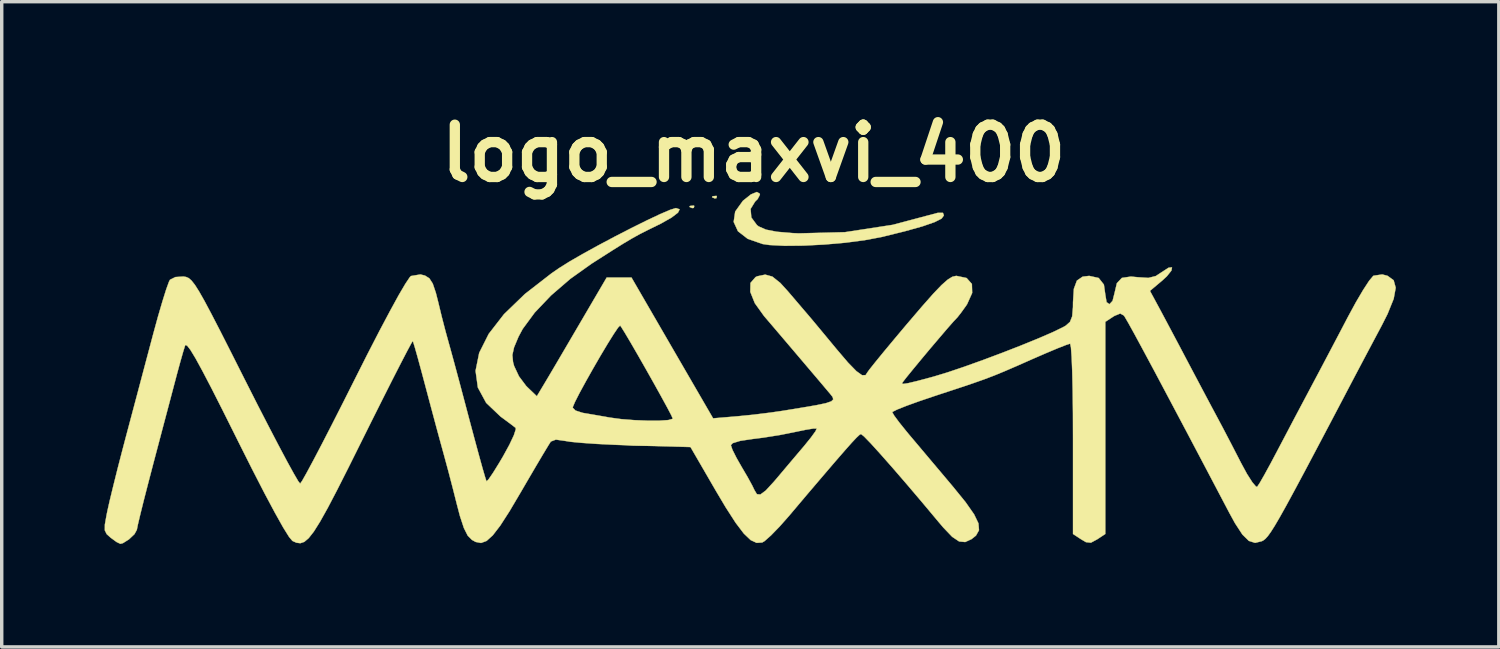
<source format=kicad_pcb>
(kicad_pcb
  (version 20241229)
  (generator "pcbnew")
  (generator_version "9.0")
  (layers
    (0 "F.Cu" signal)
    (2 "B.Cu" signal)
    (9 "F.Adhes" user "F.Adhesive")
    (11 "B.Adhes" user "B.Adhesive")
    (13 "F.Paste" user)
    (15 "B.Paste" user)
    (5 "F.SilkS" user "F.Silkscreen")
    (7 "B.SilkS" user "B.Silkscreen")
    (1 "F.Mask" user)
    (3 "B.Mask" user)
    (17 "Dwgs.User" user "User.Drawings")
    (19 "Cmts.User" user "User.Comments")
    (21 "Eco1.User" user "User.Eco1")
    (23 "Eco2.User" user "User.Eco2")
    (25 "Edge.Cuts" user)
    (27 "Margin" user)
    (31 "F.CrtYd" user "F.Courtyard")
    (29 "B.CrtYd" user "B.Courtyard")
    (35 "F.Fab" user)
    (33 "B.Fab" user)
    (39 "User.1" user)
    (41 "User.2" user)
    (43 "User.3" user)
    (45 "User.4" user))
  (footprint "logo_maxvi_400"
    (layer "F.Cu")
    (at 18.813 7.718)
    (property "Reference" "logo_maxvi_400" (at 0.1 -6.3 0) (layer "F.SilkS") (effects (font (size 1.524 1.524) (thickness 0.3))))
    (attr through_hole)
    (fp_poly (pts (xy -1.631 -4.766) (xy -1.644 -4.71) (xy -1.693 -4.704) (xy -1.771 -4.738) (xy -1.756 -4.766) (xy -1.644 -4.778) (xy -1.631 -4.766)) (stroke (width 0.01) (type solid)) (fill yes) (layer "F.SilkS"))
    (fp_poly (pts (xy -0.972 -5.049) (xy -0.985 -4.993) (xy -1.035 -4.986) (xy -1.112 -5.02) (xy -1.098 -5.049) (xy -0.986 -5.06) (xy -0.972 -5.049)) (stroke (width 0.01) (type solid)) (fill yes) (layer "F.SilkS"))
    (fp_poly (pts (xy 0.279 -5.123) (xy 0.282 -5.092) (xy 0.218 -4.969) (xy 0.141 -4.892) (xy 0.011 -4.68) (xy 0.032 -4.431) (xy 0.197 -4.207) (xy 0.25 -4.168) (xy 0.459 -4.076) (xy 0.776 -4.014) (xy 1.237 -3.975) (xy 1.414 -3.967) (xy 2.761 -4.002) (xy 4.154 -4.216) (xy 5.465 -4.565) (xy 5.616 -4.565) (xy 5.644 -4.492) (xy 5.579 -4.4) (xy 5.376 -4.296) (xy 5.022 -4.173) (xy 4.507 -4.029) (xy 3.818 -3.859) (xy 3.81 -3.858) (xy 3.333 -3.768) (xy 2.765 -3.694) (xy 2.153 -3.641) (xy 1.549 -3.61) (xy 1 -3.605) (xy 0.558 -3.628) (xy 0.361 -3.657) (xy -0.073 -3.808) (xy -0.357 -4.029) (xy -0.482 -4.301) (xy -0.438 -4.602) (xy -0.216 -4.912) (xy -0.207 -4.921) (xy 0.02 -5.102) (xy 0.193 -5.173) (xy 0.279 -5.123)) (stroke (width 0.01) (type solid)) (fill yes) (layer "F.SilkS"))
    (fp_poly (pts (xy -2.057 -4.668) (xy -2.105 -4.571) (xy -2.294 -4.427) (xy -2.607 -4.25) (xy -2.705 -4.202) (xy -2.983 -4.066) (xy -3.215 -3.948) (xy -3.439 -3.824) (xy -3.692 -3.674) (xy -4.014 -3.473) (xy -4.442 -3.2) (xy -4.622 -3.085) (xy -5.242 -2.643) (xy -5.806 -2.157) (xy -6.28 -1.659) (xy -6.631 -1.182) (xy -6.753 -0.955) (xy -6.883 -0.644) (xy -6.932 -0.423) (xy -6.912 -0.217) (xy -6.881 -0.103) (xy -6.74 0.198) (xy -6.529 0.48) (xy -6.498 0.511) (xy -6.218 0.779) (xy -6.002 0.418) (xy -5.881 0.215) (xy -5.686 -0.115) (xy -5.44 -0.534) (xy -5.164 -1.005) (xy -4.984 -1.312) (xy -4.182 -2.681) (xy -3.461 -2.681) (xy -2.272 -0.629) (xy -1.082 1.423) (xy -0.376 1.364) (xy 0.086 1.318) (xy 0.58 1.257) (xy 0.941 1.205) (xy 1.52 1.11) (xy 1.935 1.039) (xy 2.209 0.981) (xy 2.363 0.928) (xy 2.42 0.871) (xy 2.401 0.8) (xy 2.327 0.706) (xy 2.274 0.644) (xy 2.016 0.338) (xy 1.682 -0.055) (xy 1.313 -0.49) (xy 0.948 -0.919) (xy 0.627 -1.296) (xy 0.402 -1.559) (xy 0.134 -1.933) (xy 0.002 -2.262) (xy 0.008 -2.523) (xy 0.157 -2.694) (xy 0.208 -2.717) (xy 0.437 -2.765) (xy 0.646 -2.707) (xy 0.876 -2.523) (xy 1.094 -2.284) (xy 1.335 -2.002) (xy 1.561 -1.737) (xy 1.67 -1.61) (xy 1.819 -1.434) (xy 2.051 -1.155) (xy 2.329 -0.82) (xy 2.516 -0.594) (xy 2.852 -0.2) (xy 3.095 0.049) (xy 3.26 0.167) (xy 3.363 0.164) (xy 3.402 0.102) (xy 3.47 0.006) (xy 3.641 -0.209) (xy 3.895 -0.52) (xy 4.213 -0.902) (xy 4.575 -1.333) (xy 4.595 -1.356) (xy 5.015 -1.847) (xy 5.335 -2.209) (xy 5.575 -2.46) (xy 5.754 -2.618) (xy 5.889 -2.702) (xy 6 -2.728) (xy 6.011 -2.728) (xy 6.306 -2.666) (xy 6.46 -2.493) (xy 6.468 -2.231) (xy 6.321 -1.904) (xy 6.284 -1.849) (xy 6.137 -1.645) (xy 6.036 -1.517) (xy 6.024 -1.505) (xy 5.925 -1.4) (xy 5.742 -1.192) (xy 5.504 -0.913) (xy 5.236 -0.598) (xy 4.968 -0.277) (xy 4.727 0.015) (xy 4.54 0.245) (xy 4.435 0.382) (xy 4.421 0.404) (xy 4.462 0.42) (xy 4.6 0.399) (xy 4.861 0.337) (xy 5.273 0.227) (xy 5.362 0.202) (xy 5.751 0.084) (xy 6.237 -0.08) (xy 6.783 -0.276) (xy 7.351 -0.489) (xy 7.905 -0.705) (xy 8.409 -0.911) (xy 8.824 -1.091) (xy 9.115 -1.232) (xy 9.196 -1.278) (xy 9.319 -1.388) (xy 9.383 -1.549) (xy 9.406 -1.818) (xy 9.407 -1.959) (xy 9.432 -2.351) (xy 9.52 -2.59) (xy 9.687 -2.705) (xy 9.878 -2.728) (xy 10.155 -2.667) (xy 10.307 -2.474) (xy 10.348 -2.184) (xy 10.385 -1.962) (xy 10.469 -1.903) (xy 10.56 -2) (xy 10.615 -2.218) (xy 10.685 -2.514) (xy 10.831 -2.669) (xy 11.092 -2.708) (xy 11.294 -2.689) (xy 11.602 -2.669) (xy 11.819 -2.723) (xy 11.985 -2.832) (xy 12.194 -2.967) (xy 12.292 -2.976) (xy 12.275 -2.883) (xy 12.14 -2.715) (xy 12.01 -2.595) (xy 11.649 -2.291) (xy 11.925 -1.781) (xy 12.081 -1.489) (xy 12.295 -1.086) (xy 12.537 -0.63) (xy 12.745 -0.235) (xy 12.991 0.23) (xy 13.239 0.698) (xy 13.457 1.108) (xy 13.594 1.364) (xy 13.784 1.721) (xy 14.015 2.163) (xy 14.245 2.609) (xy 14.298 2.713) (xy 14.477 3.043) (xy 14.633 3.287) (xy 14.741 3.413) (xy 14.774 3.418) (xy 14.848 3.307) (xy 14.986 3.066) (xy 15.167 2.735) (xy 15.32 2.446) (xy 15.573 1.966) (xy 15.868 1.405) (xy 16.162 0.851) (xy 16.314 0.564) (xy 16.579 0.065) (xy 16.888 -0.521) (xy 17.199 -1.112) (xy 17.42 -1.534) (xy 17.648 -1.954) (xy 17.861 -2.316) (xy 18.036 -2.584) (xy 18.153 -2.724) (xy 18.166 -2.733) (xy 18.418 -2.77) (xy 18.573 -2.73) (xy 18.751 -2.601) (xy 18.811 -2.383) (xy 18.752 -2.06) (xy 18.573 -1.618) (xy 18.405 -1.286) (xy 18.187 -0.876) (xy 17.919 -0.371) (xy 17.641 0.155) (xy 17.451 0.517) (xy 16.942 1.486) (xy 16.512 2.301) (xy 16.154 2.977) (xy 15.86 3.526) (xy 15.623 3.963) (xy 15.434 4.301) (xy 15.286 4.554) (xy 15.171 4.735) (xy 15.083 4.857) (xy 15.012 4.935) (xy 14.951 4.982) (xy 14.91 5.003) (xy 14.713 5.052) (xy 14.531 4.994) (xy 14.343 4.809) (xy 14.127 4.478) (xy 13.959 4.171) (xy 13.292 2.904) (xy 12.71 1.801) (xy 12.211 0.86) (xy 11.795 0.076) (xy 11.458 -0.552) (xy 11.2 -1.029) (xy 11.019 -1.356) (xy 10.913 -1.538) (xy 10.89 -1.572) (xy 10.784 -1.632) (xy 10.615 -1.563) (xy 10.575 -1.538) (xy 10.348 -1.389) (xy 10.348 4.793) (xy 10.113 4.948) (xy 9.929 5.047) (xy 9.784 5.031) (xy 9.643 4.948) (xy 9.407 4.793) (xy 9.407 2.02) (xy 9.405 1.271) (xy 9.397 0.61) (xy 9.384 0.058) (xy 9.367 -0.365) (xy 9.347 -0.642) (xy 9.324 -0.752) (xy 9.322 -0.753) (xy 9.207 -0.716) (xy 8.957 -0.618) (xy 8.61 -0.472) (xy 8.216 -0.301) (xy 7.771 -0.104) (xy 7.419 0.048) (xy 7.116 0.173) (xy 6.819 0.286) (xy 6.484 0.404) (xy 6.067 0.544) (xy 5.525 0.722) (xy 5.386 0.768) (xy 4.936 0.92) (xy 4.559 1.056) (xy 4.285 1.165) (xy 4.149 1.233) (xy 4.139 1.245) (xy 4.196 1.344) (xy 4.347 1.548) (xy 4.563 1.816) (xy 4.636 1.904) (xy 4.902 2.219) (xy 5.242 2.623) (xy 5.61 3.059) (xy 5.906 3.411) (xy 6.279 3.87) (xy 6.524 4.22) (xy 6.651 4.484) (xy 6.667 4.683) (xy 6.579 4.84) (xy 6.45 4.943) (xy 6.265 5.028) (xy 6.088 5.011) (xy 5.885 4.875) (xy 5.626 4.604) (xy 5.502 4.458) (xy 5.018 3.88) (xy 4.562 3.343) (xy 4.149 2.865) (xy 3.793 2.462) (xy 3.512 2.152) (xy 3.318 1.952) (xy 3.228 1.88) (xy 3.227 1.88) (xy 3.184 1.905) (xy 3.098 1.985) (xy 2.959 2.133) (xy 2.756 2.362) (xy 2.476 2.684) (xy 2.109 3.113) (xy 1.642 3.661) (xy 1.131 4.266) (xy 0.855 4.578) (xy 0.606 4.834) (xy 0.419 5) (xy 0.35 5.041) (xy 0.187 5.052) (xy 0.013 4.971) (xy -0.186 4.781) (xy -0.425 4.466) (xy -0.718 4.011) (xy -1.002 3.533) (xy -1.74 2.26) (xy -3.387 2.214) (xy -3.686 2.204) (xy -0.564 2.204) (xy -0.519 2.338) (xy -0.399 2.577) (xy -0.251 2.837) (xy -0.077 3.133) (xy 0.059 3.382) (xy 0.122 3.513) (xy 0.195 3.634) (xy 0.296 3.643) (xy 0.452 3.528) (xy 0.685 3.275) (xy 0.765 3.182) (xy 1.061 2.831) (xy 1.384 2.449) (xy 1.575 2.224) (xy 1.772 1.98) (xy 1.903 1.799) (xy 1.939 1.719) (xy 1.836 1.721) (xy 1.603 1.759) (xy 1.305 1.821) (xy 0.865 1.909) (xy 0.372 1.987) (xy 0.071 2.025) (xy -0.29 2.079) (xy -0.509 2.146) (xy -0.564 2.204) (xy -3.686 2.204) (xy -3.952 2.194) (xy -4.476 2.168) (xy -4.919 2.137) (xy -5.243 2.106) (xy -5.383 2.083) (xy -5.664 2.043) (xy -5.81 2.099) (xy -5.814 2.104) (xy -5.886 2.218) (xy -6.035 2.465) (xy -6.243 2.816) (xy -6.492 3.241) (xy -6.677 3.559) (xy -7.015 4.131) (xy -7.285 4.55) (xy -7.503 4.833) (xy -7.684 4.996) (xy -7.845 5.055) (xy -8.002 5.025) (xy -8.11 4.965) (xy -8.233 4.841) (xy -8.344 4.62) (xy -8.459 4.271) (xy -8.546 3.94) (xy -8.666 3.465) (xy -8.794 2.974) (xy -8.908 2.553) (xy -8.937 2.446) (xy -9.026 2.123) (xy -9.148 1.674) (xy -9.288 1.152) (xy -9.431 0.615) (xy -9.457 0.517) (xy -9.582 0.048) (xy -9.691 -0.352) (xy -9.775 -0.649) (xy -9.825 -0.811) (xy -9.833 -0.831) (xy -9.88 -0.757) (xy -10 -0.533) (xy -10.184 -0.179) (xy -10.422 0.286) (xy -10.704 0.845) (xy -11.02 1.476) (xy -11.292 2.022) (xy -11.701 2.844) (xy -12.038 3.51) (xy -12.313 4.036) (xy -12.537 4.436) (xy -12.718 4.724) (xy -12.868 4.915) (xy -12.995 5.023) (xy -13.11 5.062) (xy -13.223 5.048) (xy -13.34 4.996) (xy -13.438 4.88) (xy -13.611 4.603) (xy -13.851 4.174) (xy -14.156 3.603) (xy -14.518 2.899) (xy -14.934 2.071) (xy -14.967 2.004) (xy -15.372 1.193) (xy -15.702 0.542) (xy -15.965 0.039) (xy -16.165 -0.327) (xy -16.311 -0.568) (xy -16.407 -0.693) (xy -16.459 -0.715) (xy -16.468 -0.701) (xy -16.523 -0.526) (xy -16.608 -0.227) (xy -16.708 0.14) (xy -16.733 0.235) (xy -16.822 0.572) (xy -16.947 1.046) (xy -17.097 1.611) (xy -17.258 2.221) (xy -17.403 2.77) (xy -17.548 3.326) (xy -17.676 3.824) (xy -17.777 4.232) (xy -17.846 4.523) (xy -17.874 4.664) (xy -17.874 4.669) (xy -17.944 4.798) (xy -18.105 4.95) (xy -18.28 5.06) (xy -18.355 5.08) (xy -18.466 5.027) (xy -18.637 4.902) (xy -18.754 4.797) (xy -18.808 4.688) (xy -18.807 4.52) (xy -18.757 4.239) (xy -18.734 4.126) (xy -18.667 3.828) (xy -18.562 3.395) (xy -18.432 2.874) (xy -18.286 2.311) (xy -18.198 1.976) (xy -18.02 1.307) (xy -17.82 0.555) (xy -17.62 -0.2) (xy -17.44 -0.876) (xy -17.398 -1.035) (xy -17.26 -1.539) (xy -17.13 -1.983) (xy -17.02 -2.334) (xy -16.939 -2.557) (xy -16.909 -2.615) (xy -16.751 -2.694) (xy -16.518 -2.709) (xy -16.439 -2.696) (xy -16.363 -2.663) (xy -16.282 -2.592) (xy -16.184 -2.468) (xy -16.061 -2.274) (xy -15.902 -1.994) (xy -15.699 -1.612) (xy -15.44 -1.111) (xy -15.117 -0.474) (xy -14.72 0.314) (xy -14.712 0.329) (xy -14.361 1.022) (xy -14.034 1.657) (xy -13.742 2.217) (xy -13.494 2.683) (xy -13.3 3.035) (xy -13.171 3.256) (xy -13.116 3.326) (xy -13.057 3.242) (xy -12.925 3.008) (xy -12.729 2.643) (xy -12.48 2.168) (xy -12.188 1.6) (xy -11.863 0.96) (xy -11.553 0.344) (xy -11.164 -0.428) (xy -10.811 -1.113) (xy -10.501 -1.697) (xy -10.245 -2.165) (xy -10.048 -2.5) (xy -9.921 -2.689) (xy -9.886 -2.724) (xy -9.612 -2.77) (xy -9.478 -2.737) (xy -9.351 -2.657) (xy -9.252 -2.503) (xy -9.161 -2.233) (xy -9.092 -1.961) (xy -8.99 -1.539) (xy -8.88 -1.115) (xy -8.793 -0.8) (xy -8.726 -0.559) (xy -8.621 -0.175) (xy -8.489 0.315) (xy -8.341 0.872) (xy -8.189 1.447) (xy -8.042 1.996) (xy -7.911 2.48) (xy -7.803 2.871) (xy -7.725 3.139) (xy -7.686 3.257) (xy -7.684 3.26) (xy -7.625 3.201) (xy -7.495 3.011) (xy -7.317 2.724) (xy -7.203 2.531) (xy -7.018 2.193) (xy -6.888 1.917) (xy -6.831 1.741) (xy -6.836 1.701) (xy -6.954 1.61) (xy -7.163 1.454) (xy -7.275 1.372) (xy -7.548 1.112) (xy -5.174 1.112) (xy -5.092 1.196) (xy -4.892 1.261) (xy -4.868 1.266) (xy -4.587 1.314) (xy -4.234 1.375) (xy -4.092 1.401) (xy -3.759 1.446) (xy -3.378 1.476) (xy -2.993 1.491) (xy -2.649 1.491) (xy -2.391 1.474) (xy -2.264 1.439) (xy -2.258 1.427) (xy -2.302 1.329) (xy -2.422 1.101) (xy -2.598 0.779) (xy -2.811 0.396) (xy -3.042 -0.014) (xy -3.272 -0.417) (xy -3.481 -0.778) (xy -3.651 -1.065) (xy -3.762 -1.243) (xy -3.791 -1.282) (xy -3.85 -1.223) (xy -3.979 -1.032) (xy -4.158 -0.745) (xy -4.367 -0.395) (xy -4.586 -0.016) (xy -4.796 0.357) (xy -4.977 0.689) (xy -5.108 0.947) (xy -5.171 1.096) (xy -5.174 1.112) (xy -7.548 1.112) (xy -7.695 0.972) (xy -7.937 0.525) (xy -8.004 0.038) (xy -7.898 -0.485) (xy -7.621 -1.037) (xy -7.176 -1.611) (xy -6.565 -2.201) (xy -5.791 -2.802) (xy -5.571 -2.954) (xy -5.277 -3.139) (xy -4.886 -3.365) (xy -4.432 -3.615) (xy -3.947 -3.873) (xy -3.461 -4.123) (xy -3.009 -4.347) (xy -2.621 -4.53) (xy -2.331 -4.654) (xy -2.17 -4.703) (xy -2.164 -4.704) (xy -2.057 -4.668)) (stroke (width 0.01) (type solid)) (fill yes) (layer "F.SilkS")))
  (gr_rect
    (start -3 -3)
    (end 40.629 15.803)
    (stroke (width 0.1) (type default))
    (fill no)
    (layer "Edge.Cuts")))
</source>
